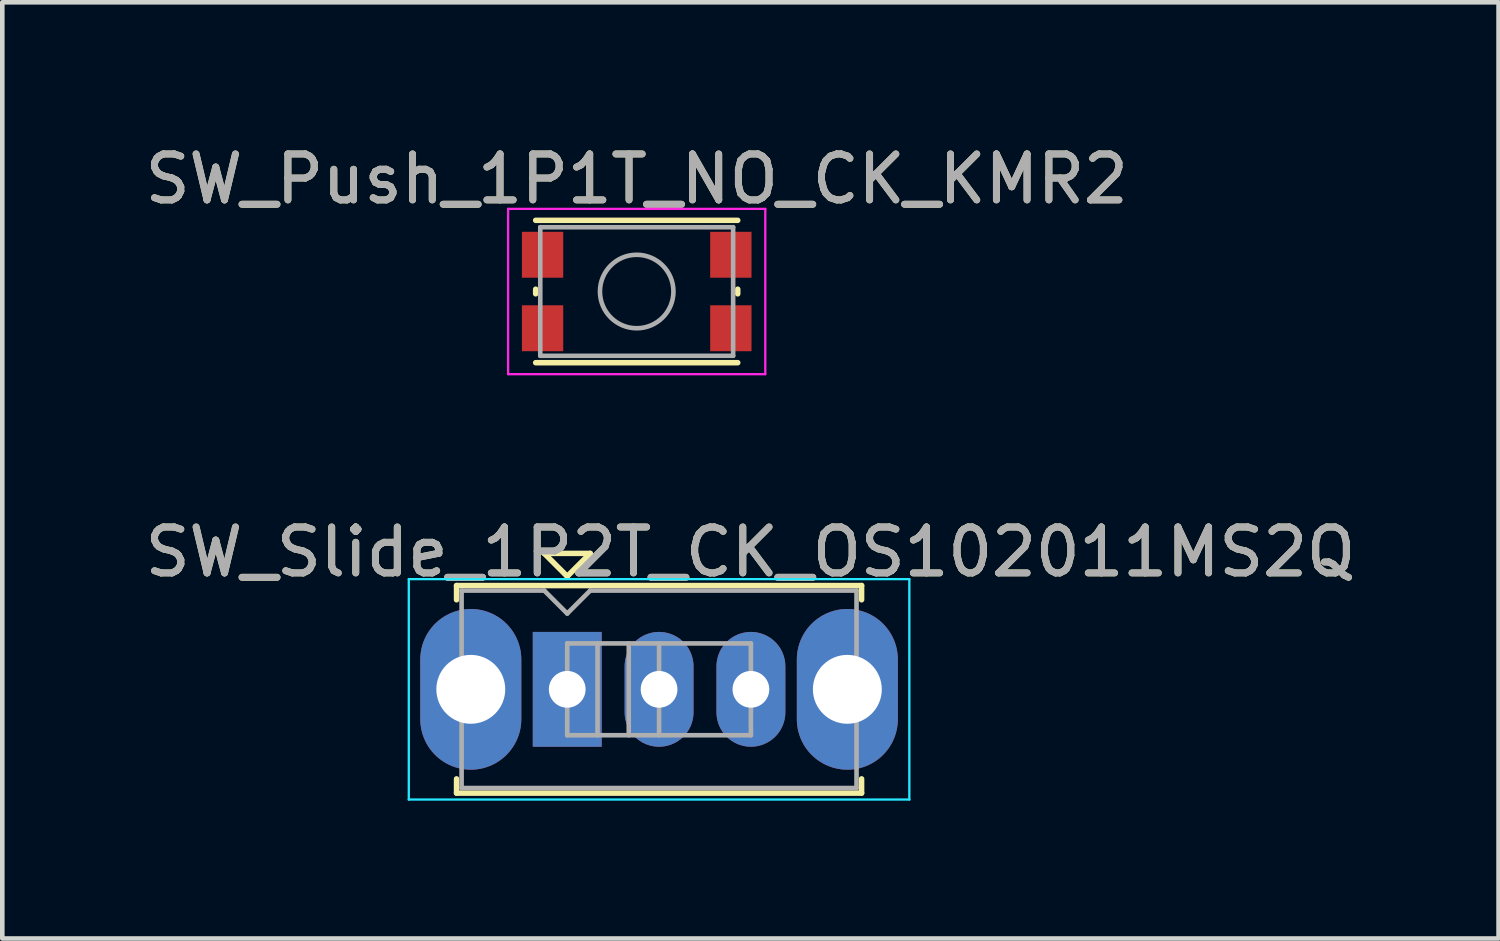
<source format=kicad_pcb>
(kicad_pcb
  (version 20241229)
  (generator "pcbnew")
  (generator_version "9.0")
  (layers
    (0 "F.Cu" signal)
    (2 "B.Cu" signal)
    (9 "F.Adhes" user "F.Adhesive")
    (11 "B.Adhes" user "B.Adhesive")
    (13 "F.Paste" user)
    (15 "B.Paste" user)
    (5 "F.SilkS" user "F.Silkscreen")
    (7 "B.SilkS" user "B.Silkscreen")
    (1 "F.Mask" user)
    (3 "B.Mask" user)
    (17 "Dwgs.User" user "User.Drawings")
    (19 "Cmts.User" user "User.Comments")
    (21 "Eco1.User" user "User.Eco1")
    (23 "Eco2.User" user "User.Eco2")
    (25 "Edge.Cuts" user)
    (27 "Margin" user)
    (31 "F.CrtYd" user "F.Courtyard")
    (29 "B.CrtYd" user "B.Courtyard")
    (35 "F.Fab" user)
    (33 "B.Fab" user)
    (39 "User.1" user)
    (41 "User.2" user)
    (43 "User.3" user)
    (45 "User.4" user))
  (footprint "SW_Push_1P1T_NO_CK_KMR2"
    (layer "F.Cu")
    (at 10.815 3.298)
    (property "Reference" "SW_Push_1P1T_NO_CK_KMR2" (at 0 -2.45 0) (layer "F.SilkS") (effects (font (size 1 1) (thickness 0.15))))
    (attr smd)
    (fp_line (start -2.2 0.05) (end -2.2 -0.05) (stroke (width 0.12) (type solid)) (layer "F.SilkS"))
    (fp_line (start -2.2 1.55) (end 2.2 1.55) (stroke (width 0.12) (type solid)) (layer "F.SilkS"))
    (fp_line (start 2.2 -1.55) (end -2.2 -1.55) (stroke (width 0.12) (type solid)) (layer "F.SilkS"))
    (fp_line (start 2.2 0.05) (end 2.2 -0.05) (stroke (width 0.12) (type solid)) (layer "F.SilkS"))
    (fp_line (start -2.8 -1.8) (end 2.8 -1.8) (stroke (width 0.05) (type solid)) (layer "F.CrtYd"))
    (fp_line (start -2.8 1.8) (end -2.8 -1.8) (stroke (width 0.05) (type solid)) (layer "F.CrtYd"))
    (fp_line (start 2.8 -1.8) (end 2.8 1.8) (stroke (width 0.05) (type solid)) (layer "F.CrtYd"))
    (fp_line (start 2.8 1.8) (end -2.8 1.8) (stroke (width 0.05) (type solid)) (layer "F.CrtYd"))
    (fp_line (start -2.1 -1.4) (end 2.1 -1.4) (stroke (width 0.1) (type solid)) (layer "F.Fab"))
    (fp_line (start -2.1 1.4) (end -2.1 -1.4) (stroke (width 0.1) (type solid)) (layer "F.Fab"))
    (fp_line (start 2.1 -1.4) (end 2.1 1.4) (stroke (width 0.1) (type solid)) (layer "F.Fab"))
    (fp_line (start 2.1 1.4) (end -2.1 1.4) (stroke (width 0.1) (type solid)) (layer "F.Fab"))
    (fp_circle (center 0 0) (end 0 0.8) (stroke (width 0.1) (type solid)) (fill no) (layer "F.Fab"))
    (fp_text user "${REFERENCE}" (at 0 -2.45 0) (layer "F.Fab") (effects (font (size 1 1) (thickness 0.15))))
    (pad "1" smd rect (at -2.05 -0.8) (size 0.9 1) (layers "F.Cu" "F.Mask" "F.Paste"))
    (pad "1" smd rect (at 2.05 -0.8) (size 0.9 1) (layers "F.Cu" "F.Mask" "F.Paste"))
    (pad "2" smd rect (at -2.05 0.8) (size 0.9 1) (layers "F.Cu" "F.Mask" "F.Paste"))
    (pad "2" smd rect (at 2.05 0.8) (size 0.9 1) (layers "F.Cu" "F.Mask" "F.Paste")))
  (footprint "SW_Slide_1P2T_CK_OS102011MS2Q"
    (layer "F.Cu")
    (at 9.302 11.961)
    (property "Reference" "SW_Slide_1P2T_CK_OS102011MS2Q" (at 3.99 -2.99 0) (layer "F.SilkS") (effects (font (size 1 1) (thickness 0.15))))
    (attr through_hole)
    (fp_line (start -2.41 -2.26) (end 6.41 -2.26) (stroke (width 0.12) (type solid)) (layer "F.SilkS"))
    (fp_line (start -2.41 -1.95) (end -2.41 -2.26) (stroke (width 0.12) (type solid)) (layer "F.SilkS"))
    (fp_line (start -2.41 2.26) (end -2.41 1.95) (stroke (width 0.12) (type solid)) (layer "F.SilkS"))
    (fp_line (start -0.5 -2.96) (end 0 -2.46) (stroke (width 0.12) (type solid)) (layer "F.SilkS"))
    (fp_line (start 0 -2.46) (end 0.5 -2.96) (stroke (width 0.12) (type solid)) (layer "F.SilkS"))
    (fp_line (start 0.5 -2.96) (end -0.5 -2.96) (stroke (width 0.12) (type solid)) (layer "F.SilkS"))
    (fp_line (start 6.41 -2.26) (end 6.41 -1.95) (stroke (width 0.12) (type solid)) (layer "F.SilkS"))
    (fp_line (start 6.41 2.26) (end -2.41 2.26) (stroke (width 0.12) (type solid)) (layer "F.SilkS"))
    (fp_line (start 6.41 2.26) (end 6.41 1.95) (stroke (width 0.12) (type solid)) (layer "F.SilkS"))
    (fp_line (start -3.45 -2.4) (end 7.45 -2.4) (stroke (width 0.05) (type solid)) (layer "B.CrtYd"))
    (fp_line (start -3.45 2.4) (end -3.45 -2.4) (stroke (width 0.05) (type solid)) (layer "B.CrtYd"))
    (fp_line (start 7.45 -2.4) (end 7.45 2.4) (stroke (width 0.05) (type solid)) (layer "B.CrtYd"))
    (fp_line (start 7.45 2.4) (end -3.45 2.4) (stroke (width 0.05) (type solid)) (layer "B.CrtYd"))
    (fp_line (start -2.3 -2.15) (end -0.5 -2.15) (stroke (width 0.1) (type solid)) (layer "F.Fab"))
    (fp_line (start -2.3 2.15) (end -2.3 -2.15) (stroke (width 0.1) (type solid)) (layer "F.Fab"))
    (fp_line (start -0.5 -2.15) (end 0 -1.65) (stroke (width 0.1) (type solid)) (layer "F.Fab"))
    (fp_line (start 0 -1.65) (end 0.5 -2.15) (stroke (width 0.1) (type solid)) (layer "F.Fab"))
    (fp_line (start 0 -1) (end 0 1) (stroke (width 0.1) (type solid)) (layer "F.Fab"))
    (fp_line (start 0 -1) (end 4 -1) (stroke (width 0.1) (type solid)) (layer "F.Fab"))
    (fp_line (start 0 1) (end 4 1) (stroke (width 0.1) (type solid)) (layer "F.Fab"))
    (fp_line (start 0.5 -2.15) (end 6.3 -2.15) (stroke (width 0.1) (type solid)) (layer "F.Fab"))
    (fp_line (start 0.66 -1) (end 0.66 1) (stroke (width 0.1) (type solid)) (layer "F.Fab"))
    (fp_line (start 1.34 -1) (end 1.34 1) (stroke (width 0.1) (type solid)) (layer "F.Fab"))
    (fp_line (start 2 -1) (end 2 1) (stroke (width 0.1) (type solid)) (layer "F.Fab"))
    (fp_line (start 4 -1) (end 4 1) (stroke (width 0.1) (type solid)) (layer "F.Fab"))
    (fp_line (start 6.3 -2.15) (end 6.3 2.15) (stroke (width 0.1) (type solid)) (layer "F.Fab"))
    (fp_line (start 6.3 2.15) (end -2.3 2.15) (stroke (width 0.1) (type solid)) (layer "F.Fab"))
    (fp_text user "${REFERENCE}" (at 3.99 -2.99 0) (layer "F.Fab") (effects (font (size 1 1) (thickness 0.15))))
    (pad "" thru_hole oval (at -2.1 0) (size 2.2 3.5) (drill 1.5) (layers "*.Cu" "*.Mask"))
    (pad "" thru_hole oval (at 6.1 0) (size 2.2 3.5) (drill 1.5) (layers "*.Cu" "*.Mask"))
    (pad "1" thru_hole rect (at 0 0) (size 1.5 2.5) (drill 0.8) (layers "*.Cu" "*.Mask"))
    (pad "2" thru_hole oval (at 2 0) (size 1.5 2.5) (drill 0.8) (layers "*.Cu" "*.Mask"))
    (pad "3" thru_hole oval (at 4 0) (size 1.5 2.5) (drill 0.8) (layers "*.Cu" "*.Mask")))
  (gr_rect
    (start -3 -3)
    (end 29.583 17.387)
    (stroke (width 0.1) (type default))
    (fill no)
    (layer "Edge.Cuts")))
</source>
